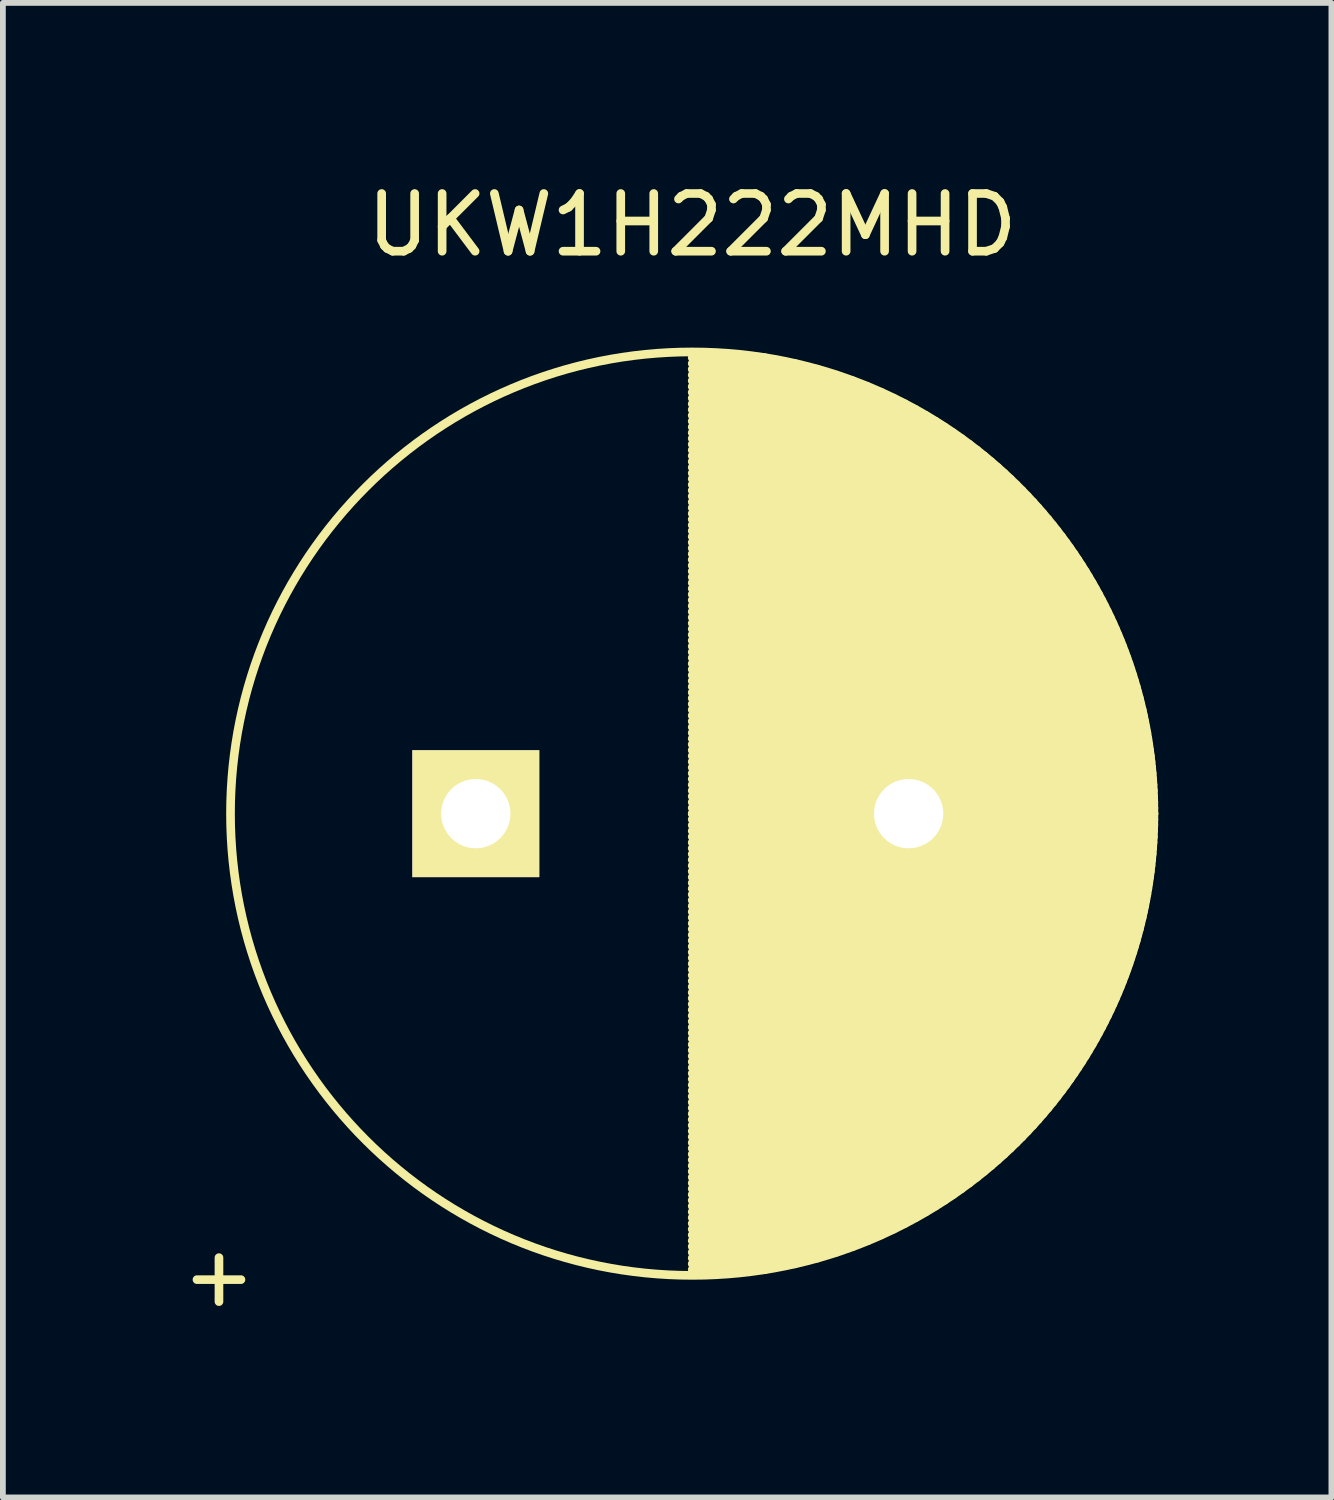
<source format=kicad_pcb>
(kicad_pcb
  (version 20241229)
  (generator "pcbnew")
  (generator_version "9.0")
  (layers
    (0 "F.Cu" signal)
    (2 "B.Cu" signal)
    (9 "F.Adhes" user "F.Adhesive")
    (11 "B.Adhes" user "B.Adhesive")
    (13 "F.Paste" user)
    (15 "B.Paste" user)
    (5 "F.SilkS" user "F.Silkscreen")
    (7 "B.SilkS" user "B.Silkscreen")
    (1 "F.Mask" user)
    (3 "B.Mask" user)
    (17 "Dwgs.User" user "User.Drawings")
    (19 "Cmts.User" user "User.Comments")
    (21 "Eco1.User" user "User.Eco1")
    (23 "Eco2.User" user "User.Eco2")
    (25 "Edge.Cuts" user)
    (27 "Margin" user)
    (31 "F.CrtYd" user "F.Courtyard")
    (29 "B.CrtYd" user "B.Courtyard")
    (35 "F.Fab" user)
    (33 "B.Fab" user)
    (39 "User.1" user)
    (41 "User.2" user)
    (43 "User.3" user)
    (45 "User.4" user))
  (footprint "UKW1H222MHD"
    (layer "F.Cu")
    (at 5.194 11.048)
    (property "Reference" "UKW1H222MHD" (at 3.75 -10.2 0) (layer "F.SilkS") (effects (font (size 1 1) (thickness 0.15))))
    (attr through_hole)
    (fp_line (start 3.75 -7.9) (end 5.011 -7.9) (stroke (width 0.15) (type solid)) (layer "F.SilkS"))
    (fp_line (start 3.75 -7.8) (end 5.528 -7.8) (stroke (width 0.15) (type solid)) (layer "F.SilkS"))
    (fp_line (start 3.75 -7.7) (end 5.92 -7.7) (stroke (width 0.15) (type solid)) (layer "F.SilkS"))
    (fp_line (start 3.75 -7.6) (end 6.248 -7.6) (stroke (width 0.15) (type solid)) (layer "F.SilkS"))
    (fp_line (start 3.75 -7.5) (end 6.534 -7.5) (stroke (width 0.15) (type solid)) (layer "F.SilkS"))
    (fp_line (start 3.75 -7.4) (end 6.79 -7.4) (stroke (width 0.15) (type solid)) (layer "F.SilkS"))
    (fp_line (start 3.75 -7.3) (end 7.023 -7.3) (stroke (width 0.15) (type solid)) (layer "F.SilkS"))
    (fp_line (start 3.75 -7.2) (end 7.237 -7.2) (stroke (width 0.15) (type solid)) (layer "F.SilkS"))
    (fp_line (start 3.75 -7.1) (end 7.436 -7.1) (stroke (width 0.15) (type solid)) (layer "F.SilkS"))
    (fp_line (start 3.75 -7) (end 7.623 -7) (stroke (width 0.15) (type solid)) (layer "F.SilkS"))
    (fp_line (start 3.75 -6.9) (end 7.798 -6.9) (stroke (width 0.15) (type solid)) (layer "F.SilkS"))
    (fp_line (start 3.75 -6.8) (end 7.964 -6.8) (stroke (width 0.15) (type solid)) (layer "F.SilkS"))
    (fp_line (start 3.75 -6.7) (end 8.121 -6.7) (stroke (width 0.15) (type solid)) (layer "F.SilkS"))
    (fp_line (start 3.75 -6.6) (end 8.271 -6.6) (stroke (width 0.15) (type solid)) (layer "F.SilkS"))
    (fp_line (start 3.75 -6.5) (end 8.414 -6.5) (stroke (width 0.15) (type solid)) (layer "F.SilkS"))
    (fp_line (start 3.75 -6.4) (end 8.55 -6.4) (stroke (width 0.15) (type solid)) (layer "F.SilkS"))
    (fp_line (start 3.75 -6.3) (end 8.681 -6.3) (stroke (width 0.15) (type solid)) (layer "F.SilkS"))
    (fp_line (start 3.75 -6.2) (end 8.806 -6.2) (stroke (width 0.15) (type solid)) (layer "F.SilkS"))
    (fp_line (start 3.75 -6.1) (end 8.926 -6.1) (stroke (width 0.15) (type solid)) (layer "F.SilkS"))
    (fp_line (start 3.75 -6) (end 9.042 -6) (stroke (width 0.15) (type solid)) (layer "F.SilkS"))
    (fp_line (start 3.75 -5.9) (end 9.153 -5.9) (stroke (width 0.15) (type solid)) (layer "F.SilkS"))
    (fp_line (start 3.75 -5.8) (end 9.26 -5.8) (stroke (width 0.15) (type solid)) (layer "F.SilkS"))
    (fp_line (start 3.75 -5.7) (end 9.363 -5.7) (stroke (width 0.15) (type solid)) (layer "F.SilkS"))
    (fp_line (start 3.75 -5.6) (end 9.463 -5.6) (stroke (width 0.15) (type solid)) (layer "F.SilkS"))
    (fp_line (start 3.75 -5.5) (end 9.559 -5.5) (stroke (width 0.15) (type solid)) (layer "F.SilkS"))
    (fp_line (start 3.75 -5.4) (end 9.653 -5.4) (stroke (width 0.15) (type solid)) (layer "F.SilkS"))
    (fp_line (start 3.75 -5.3) (end 9.742 -5.3) (stroke (width 0.15) (type solid)) (layer "F.SilkS"))
    (fp_line (start 3.75 -5.2) (end 9.829 -5.2) (stroke (width 0.15) (type solid)) (layer "F.SilkS"))
    (fp_line (start 3.75 -5.1) (end 9.914 -5.1) (stroke (width 0.15) (type solid)) (layer "F.SilkS"))
    (fp_line (start 3.75 -5) (end 9.995 -5) (stroke (width 0.15) (type solid)) (layer "F.SilkS"))
    (fp_line (start 3.75 -4.9) (end 10.074 -4.9) (stroke (width 0.15) (type solid)) (layer "F.SilkS"))
    (fp_line (start 3.75 -4.8) (end 10.15 -4.8) (stroke (width 0.15) (type solid)) (layer "F.SilkS"))
    (fp_line (start 3.75 -4.7) (end 10.224 -4.7) (stroke (width 0.15) (type solid)) (layer "F.SilkS"))
    (fp_line (start 3.75 -4.6) (end 10.295 -4.6) (stroke (width 0.15) (type solid)) (layer "F.SilkS"))
    (fp_line (start 3.75 -4.5) (end 10.364 -4.5) (stroke (width 0.15) (type solid)) (layer "F.SilkS"))
    (fp_line (start 3.75 -4.4) (end 10.431 -4.4) (stroke (width 0.15) (type solid)) (layer "F.SilkS"))
    (fp_line (start 3.75 -4.3) (end 10.496 -4.3) (stroke (width 0.15) (type solid)) (layer "F.SilkS"))
    (fp_line (start 3.75 -4.2) (end 10.559 -4.2) (stroke (width 0.15) (type solid)) (layer "F.SilkS"))
    (fp_line (start 3.75 -4.1) (end 10.619 -4.1) (stroke (width 0.15) (type solid)) (layer "F.SilkS"))
    (fp_line (start 3.75 -4) (end 10.678 -4) (stroke (width 0.15) (type solid)) (layer "F.SilkS"))
    (fp_line (start 3.75 -3.9) (end 10.735 -3.9) (stroke (width 0.15) (type solid)) (layer "F.SilkS"))
    (fp_line (start 3.75 -3.8) (end 10.79 -3.8) (stroke (width 0.15) (type solid)) (layer "F.SilkS"))
    (fp_line (start 3.75 -3.7) (end 10.843 -3.7) (stroke (width 0.15) (type solid)) (layer "F.SilkS"))
    (fp_line (start 3.75 -3.6) (end 10.894 -3.6) (stroke (width 0.15) (type solid)) (layer "F.SilkS"))
    (fp_line (start 3.75 -3.5) (end 10.944 -3.5) (stroke (width 0.15) (type solid)) (layer "F.SilkS"))
    (fp_line (start 3.75 -3.4) (end 10.992 -3.4) (stroke (width 0.15) (type solid)) (layer "F.SilkS"))
    (fp_line (start 3.75 -3.3) (end 11.038 -3.3) (stroke (width 0.15) (type solid)) (layer "F.SilkS"))
    (fp_line (start 3.75 -3.2) (end 11.082 -3.2) (stroke (width 0.15) (type solid)) (layer "F.SilkS"))
    (fp_line (start 3.75 -3.1) (end 11.125 -3.1) (stroke (width 0.15) (type solid)) (layer "F.SilkS"))
    (fp_line (start 3.75 -3) (end 11.166 -3) (stroke (width 0.15) (type solid)) (layer "F.SilkS"))
    (fp_line (start 3.75 -2.9) (end 11.206 -2.9) (stroke (width 0.15) (type solid)) (layer "F.SilkS"))
    (fp_line (start 3.75 -2.8) (end 11.244 -2.8) (stroke (width 0.15) (type solid)) (layer "F.SilkS"))
    (fp_line (start 3.75 -2.7) (end 11.281 -2.7) (stroke (width 0.15) (type solid)) (layer "F.SilkS"))
    (fp_line (start 3.75 -2.6) (end 11.316 -2.6) (stroke (width 0.15) (type solid)) (layer "F.SilkS"))
    (fp_line (start 3.75 -2.5) (end 11.349 -2.5) (stroke (width 0.15) (type solid)) (layer "F.SilkS"))
    (fp_line (start 3.75 -2.4) (end 11.382 -2.4) (stroke (width 0.15) (type solid)) (layer "F.SilkS"))
    (fp_line (start 3.75 -2.3) (end 11.412 -2.3) (stroke (width 0.15) (type solid)) (layer "F.SilkS"))
    (fp_line (start 3.75 -2.2) (end 11.442 -2.2) (stroke (width 0.15) (type solid)) (layer "F.SilkS"))
    (fp_line (start 3.75 -2.1) (end 11.469 -2.1) (stroke (width 0.15) (type solid)) (layer "F.SilkS"))
    (fp_line (start 3.75 -2) (end 11.496 -2) (stroke (width 0.15) (type solid)) (layer "F.SilkS"))
    (fp_line (start 3.75 -1.9) (end 11.521 -1.9) (stroke (width 0.15) (type solid)) (layer "F.SilkS"))
    (fp_line (start 3.75 -1.8) (end 11.545 -1.8) (stroke (width 0.15) (type solid)) (layer "F.SilkS"))
    (fp_line (start 3.75 -1.7) (end 11.567 -1.7) (stroke (width 0.15) (type solid)) (layer "F.SilkS"))
    (fp_line (start 3.75 -1.6) (end 11.588 -1.6) (stroke (width 0.15) (type solid)) (layer "F.SilkS"))
    (fp_line (start 3.75 -1.5) (end 11.608 -1.5) (stroke (width 0.15) (type solid)) (layer "F.SilkS"))
    (fp_line (start 3.75 -1.4) (end 11.627 -1.4) (stroke (width 0.15) (type solid)) (layer "F.SilkS"))
    (fp_line (start 3.75 -1.3) (end 11.644 -1.3) (stroke (width 0.15) (type solid)) (layer "F.SilkS"))
    (fp_line (start 3.75 -1.2) (end 11.659 -1.2) (stroke (width 0.15) (type solid)) (layer "F.SilkS"))
    (fp_line (start 3.75 -1.1) (end 11.674 -1.1) (stroke (width 0.15) (type solid)) (layer "F.SilkS"))
    (fp_line (start 3.75 -1) (end 11.687 -1) (stroke (width 0.15) (type solid)) (layer "F.SilkS"))
    (fp_line (start 3.75 -0.9) (end 11.699 -0.9) (stroke (width 0.15) (type solid)) (layer "F.SilkS"))
    (fp_line (start 3.75 -0.8) (end 11.71 -0.8) (stroke (width 0.15) (type solid)) (layer "F.SilkS"))
    (fp_line (start 3.75 -0.7) (end 11.719 -0.7) (stroke (width 0.15) (type solid)) (layer "F.SilkS"))
    (fp_line (start 3.75 -0.6) (end 11.727 -0.6) (stroke (width 0.15) (type solid)) (layer "F.SilkS"))
    (fp_line (start 3.75 -0.5) (end 11.734 -0.5) (stroke (width 0.15) (type solid)) (layer "F.SilkS"))
    (fp_line (start 3.75 -0.4) (end 11.74 -0.4) (stroke (width 0.15) (type solid)) (layer "F.SilkS"))
    (fp_line (start 3.75 -0.3) (end 11.744 -0.3) (stroke (width 0.15) (type solid)) (layer "F.SilkS"))
    (fp_line (start 3.75 -0.2) (end 11.748 -0.2) (stroke (width 0.15) (type solid)) (layer "F.SilkS"))
    (fp_line (start 3.75 -0.1) (end 11.749 -0.1) (stroke (width 0.15) (type solid)) (layer "F.SilkS"))
    (fp_line (start 3.75 0) (end 11.75 0) (stroke (width 0.15) (type solid)) (layer "F.SilkS"))
    (fp_line (start 3.75 0) (end 11.75 0) (stroke (width 0.15) (type solid)) (layer "F.SilkS"))
    (fp_line (start 3.75 0.1) (end 11.749 0.1) (stroke (width 0.15) (type solid)) (layer "F.SilkS"))
    (fp_line (start 3.75 0.2) (end 11.748 0.2) (stroke (width 0.15) (type solid)) (layer "F.SilkS"))
    (fp_line (start 3.75 0.3) (end 11.744 0.3) (stroke (width 0.15) (type solid)) (layer "F.SilkS"))
    (fp_line (start 3.75 0.4) (end 11.74 0.4) (stroke (width 0.15) (type solid)) (layer "F.SilkS"))
    (fp_line (start 3.75 0.5) (end 11.734 0.5) (stroke (width 0.15) (type solid)) (layer "F.SilkS"))
    (fp_line (start 3.75 0.6) (end 11.727 0.6) (stroke (width 0.15) (type solid)) (layer "F.SilkS"))
    (fp_line (start 3.75 0.7) (end 11.719 0.7) (stroke (width 0.15) (type solid)) (layer "F.SilkS"))
    (fp_line (start 3.75 0.8) (end 11.71 0.8) (stroke (width 0.15) (type solid)) (layer "F.SilkS"))
    (fp_line (start 3.75 0.9) (end 11.699 0.9) (stroke (width 0.15) (type solid)) (layer "F.SilkS"))
    (fp_line (start 3.75 1) (end 11.687 1) (stroke (width 0.15) (type solid)) (layer "F.SilkS"))
    (fp_line (start 3.75 1.1) (end 11.674 1.1) (stroke (width 0.15) (type solid)) (layer "F.SilkS"))
    (fp_line (start 3.75 1.2) (end 11.659 1.2) (stroke (width 0.15) (type solid)) (layer "F.SilkS"))
    (fp_line (start 3.75 1.3) (end 11.644 1.3) (stroke (width 0.15) (type solid)) (layer "F.SilkS"))
    (fp_line (start 3.75 1.4) (end 11.627 1.4) (stroke (width 0.15) (type solid)) (layer "F.SilkS"))
    (fp_line (start 3.75 1.5) (end 11.608 1.5) (stroke (width 0.15) (type solid)) (layer "F.SilkS"))
    (fp_line (start 3.75 1.6) (end 11.588 1.6) (stroke (width 0.15) (type solid)) (layer "F.SilkS"))
    (fp_line (start 3.75 1.7) (end 11.567 1.7) (stroke (width 0.15) (type solid)) (layer "F.SilkS"))
    (fp_line (start 3.75 1.8) (end 11.545 1.8) (stroke (width 0.15) (type solid)) (layer "F.SilkS"))
    (fp_line (start 3.75 1.9) (end 11.521 1.9) (stroke (width 0.15) (type solid)) (layer "F.SilkS"))
    (fp_line (start 3.75 2) (end 11.496 2) (stroke (width 0.15) (type solid)) (layer "F.SilkS"))
    (fp_line (start 3.75 2.1) (end 11.469 2.1) (stroke (width 0.15) (type solid)) (layer "F.SilkS"))
    (fp_line (start 3.75 2.2) (end 11.442 2.2) (stroke (width 0.15) (type solid)) (layer "F.SilkS"))
    (fp_line (start 3.75 2.3) (end 11.412 2.3) (stroke (width 0.15) (type solid)) (layer "F.SilkS"))
    (fp_line (start 3.75 2.4) (end 11.382 2.4) (stroke (width 0.15) (type solid)) (layer "F.SilkS"))
    (fp_line (start 3.75 2.5) (end 11.349 2.5) (stroke (width 0.15) (type solid)) (layer "F.SilkS"))
    (fp_line (start 3.75 2.6) (end 11.316 2.6) (stroke (width 0.15) (type solid)) (layer "F.SilkS"))
    (fp_line (start 3.75 2.7) (end 11.281 2.7) (stroke (width 0.15) (type solid)) (layer "F.SilkS"))
    (fp_line (start 3.75 2.8) (end 11.244 2.8) (stroke (width 0.15) (type solid)) (layer "F.SilkS"))
    (fp_line (start 3.75 2.9) (end 11.206 2.9) (stroke (width 0.15) (type solid)) (layer "F.SilkS"))
    (fp_line (start 3.75 3) (end 11.166 3) (stroke (width 0.15) (type solid)) (layer "F.SilkS"))
    (fp_line (start 3.75 3.1) (end 11.125 3.1) (stroke (width 0.15) (type solid)) (layer "F.SilkS"))
    (fp_line (start 3.75 3.2) (end 11.082 3.2) (stroke (width 0.15) (type solid)) (layer "F.SilkS"))
    (fp_line (start 3.75 3.3) (end 11.038 3.3) (stroke (width 0.15) (type solid)) (layer "F.SilkS"))
    (fp_line (start 3.75 3.4) (end 10.992 3.4) (stroke (width 0.15) (type solid)) (layer "F.SilkS"))
    (fp_line (start 3.75 3.5) (end 10.944 3.5) (stroke (width 0.15) (type solid)) (layer "F.SilkS"))
    (fp_line (start 3.75 3.6) (end 10.894 3.6) (stroke (width 0.15) (type solid)) (layer "F.SilkS"))
    (fp_line (start 3.75 3.7) (end 10.843 3.7) (stroke (width 0.15) (type solid)) (layer "F.SilkS"))
    (fp_line (start 3.75 3.8) (end 10.79 3.8) (stroke (width 0.15) (type solid)) (layer "F.SilkS"))
    (fp_line (start 3.75 3.9) (end 10.735 3.9) (stroke (width 0.15) (type solid)) (layer "F.SilkS"))
    (fp_line (start 3.75 4) (end 10.678 4) (stroke (width 0.15) (type solid)) (layer "F.SilkS"))
    (fp_line (start 3.75 4.1) (end 10.619 4.1) (stroke (width 0.15) (type solid)) (layer "F.SilkS"))
    (fp_line (start 3.75 4.2) (end 10.559 4.2) (stroke (width 0.15) (type solid)) (layer "F.SilkS"))
    (fp_line (start 3.75 4.3) (end 10.496 4.3) (stroke (width 0.15) (type solid)) (layer "F.SilkS"))
    (fp_line (start 3.75 4.4) (end 10.431 4.4) (stroke (width 0.15) (type solid)) (layer "F.SilkS"))
    (fp_line (start 3.75 4.5) (end 10.364 4.5) (stroke (width 0.15) (type solid)) (layer "F.SilkS"))
    (fp_line (start 3.75 4.6) (end 10.295 4.6) (stroke (width 0.15) (type solid)) (layer "F.SilkS"))
    (fp_line (start 3.75 4.7) (end 10.224 4.7) (stroke (width 0.15) (type solid)) (layer "F.SilkS"))
    (fp_line (start 3.75 4.8) (end 10.15 4.8) (stroke (width 0.15) (type solid)) (layer "F.SilkS"))
    (fp_line (start 3.75 4.9) (end 10.074 4.9) (stroke (width 0.15) (type solid)) (layer "F.SilkS"))
    (fp_line (start 3.75 5) (end 9.995 5) (stroke (width 0.15) (type solid)) (layer "F.SilkS"))
    (fp_line (start 3.75 5.1) (end 9.914 5.1) (stroke (width 0.15) (type solid)) (layer "F.SilkS"))
    (fp_line (start 3.75 5.2) (end 9.829 5.2) (stroke (width 0.15) (type solid)) (layer "F.SilkS"))
    (fp_line (start 3.75 5.3) (end 9.742 5.3) (stroke (width 0.15) (type solid)) (layer "F.SilkS"))
    (fp_line (start 3.75 5.4) (end 9.653 5.4) (stroke (width 0.15) (type solid)) (layer "F.SilkS"))
    (fp_line (start 3.75 5.5) (end 9.559 5.5) (stroke (width 0.15) (type solid)) (layer "F.SilkS"))
    (fp_line (start 3.75 5.6) (end 9.463 5.6) (stroke (width 0.15) (type solid)) (layer "F.SilkS"))
    (fp_line (start 3.75 5.7) (end 9.363 5.7) (stroke (width 0.15) (type solid)) (layer "F.SilkS"))
    (fp_line (start 3.75 5.8) (end 9.26 5.8) (stroke (width 0.15) (type solid)) (layer "F.SilkS"))
    (fp_line (start 3.75 5.9) (end 9.153 5.9) (stroke (width 0.15) (type solid)) (layer "F.SilkS"))
    (fp_line (start 3.75 6) (end 9.042 6) (stroke (width 0.15) (type solid)) (layer "F.SilkS"))
    (fp_line (start 3.75 6.1) (end 8.926 6.1) (stroke (width 0.15) (type solid)) (layer "F.SilkS"))
    (fp_line (start 3.75 6.2) (end 8.806 6.2) (stroke (width 0.15) (type solid)) (layer "F.SilkS"))
    (fp_line (start 3.75 6.3) (end 8.681 6.3) (stroke (width 0.15) (type solid)) (layer "F.SilkS"))
    (fp_line (start 3.75 6.4) (end 8.55 6.4) (stroke (width 0.15) (type solid)) (layer "F.SilkS"))
    (fp_line (start 3.75 6.5) (end 8.414 6.5) (stroke (width 0.15) (type solid)) (layer "F.SilkS"))
    (fp_line (start 3.75 6.6) (end 8.271 6.6) (stroke (width 0.15) (type solid)) (layer "F.SilkS"))
    (fp_line (start 3.75 6.7) (end 8.121 6.7) (stroke (width 0.15) (type solid)) (layer "F.SilkS"))
    (fp_line (start 3.75 6.8) (end 7.964 6.8) (stroke (width 0.15) (type solid)) (layer "F.SilkS"))
    (fp_line (start 3.75 6.9) (end 7.798 6.9) (stroke (width 0.15) (type solid)) (layer "F.SilkS"))
    (fp_line (start 3.75 7) (end 7.623 7) (stroke (width 0.15) (type solid)) (layer "F.SilkS"))
    (fp_line (start 3.75 7.1) (end 7.436 7.1) (stroke (width 0.15) (type solid)) (layer "F.SilkS"))
    (fp_line (start 3.75 7.2) (end 7.237 7.2) (stroke (width 0.15) (type solid)) (layer "F.SilkS"))
    (fp_line (start 3.75 7.3) (end 7.023 7.3) (stroke (width 0.15) (type solid)) (layer "F.SilkS"))
    (fp_line (start 3.75 7.4) (end 6.79 7.4) (stroke (width 0.15) (type solid)) (layer "F.SilkS"))
    (fp_line (start 3.75 7.5) (end 6.534 7.5) (stroke (width 0.15) (type solid)) (layer "F.SilkS"))
    (fp_line (start 3.75 7.6) (end 6.248 7.6) (stroke (width 0.15) (type solid)) (layer "F.SilkS"))
    (fp_line (start 3.75 7.7) (end 5.92 7.7) (stroke (width 0.15) (type solid)) (layer "F.SilkS"))
    (fp_line (start 3.75 7.8) (end 5.528 7.8) (stroke (width 0.15) (type solid)) (layer "F.SilkS"))
    (fp_line (start 3.75 7.9) (end 5.011 7.9) (stroke (width 0.15) (type solid)) (layer "F.SilkS"))
    (fp_circle (center 3.75 0) (end 3.75 -8) (stroke (width 0.15) (type solid)) (fill no) (layer "F.SilkS"))
    (fp_text user "+" (at -4.45 8 0) (layer "F.SilkS") (effects (font (size 1 1) (thickness 0.15))))
    (pad "1" thru_hole rect (at 0 0) (size 2.2 2.2) (drill 1.2) (layers "*.Cu" "*.Mask" "F.SilkS"))
    (pad "2" thru_hole circle (at 7.5 0) (size 2.2 2.2) (drill 1.2) (layers "*.Cu" "*.Mask" "F.SilkS")))
  (gr_rect
    (start -3 -3)
    (end 20.019 22.896)
    (stroke (width 0.1) (type default))
    (fill no)
    (layer "Edge.Cuts")))
</source>
